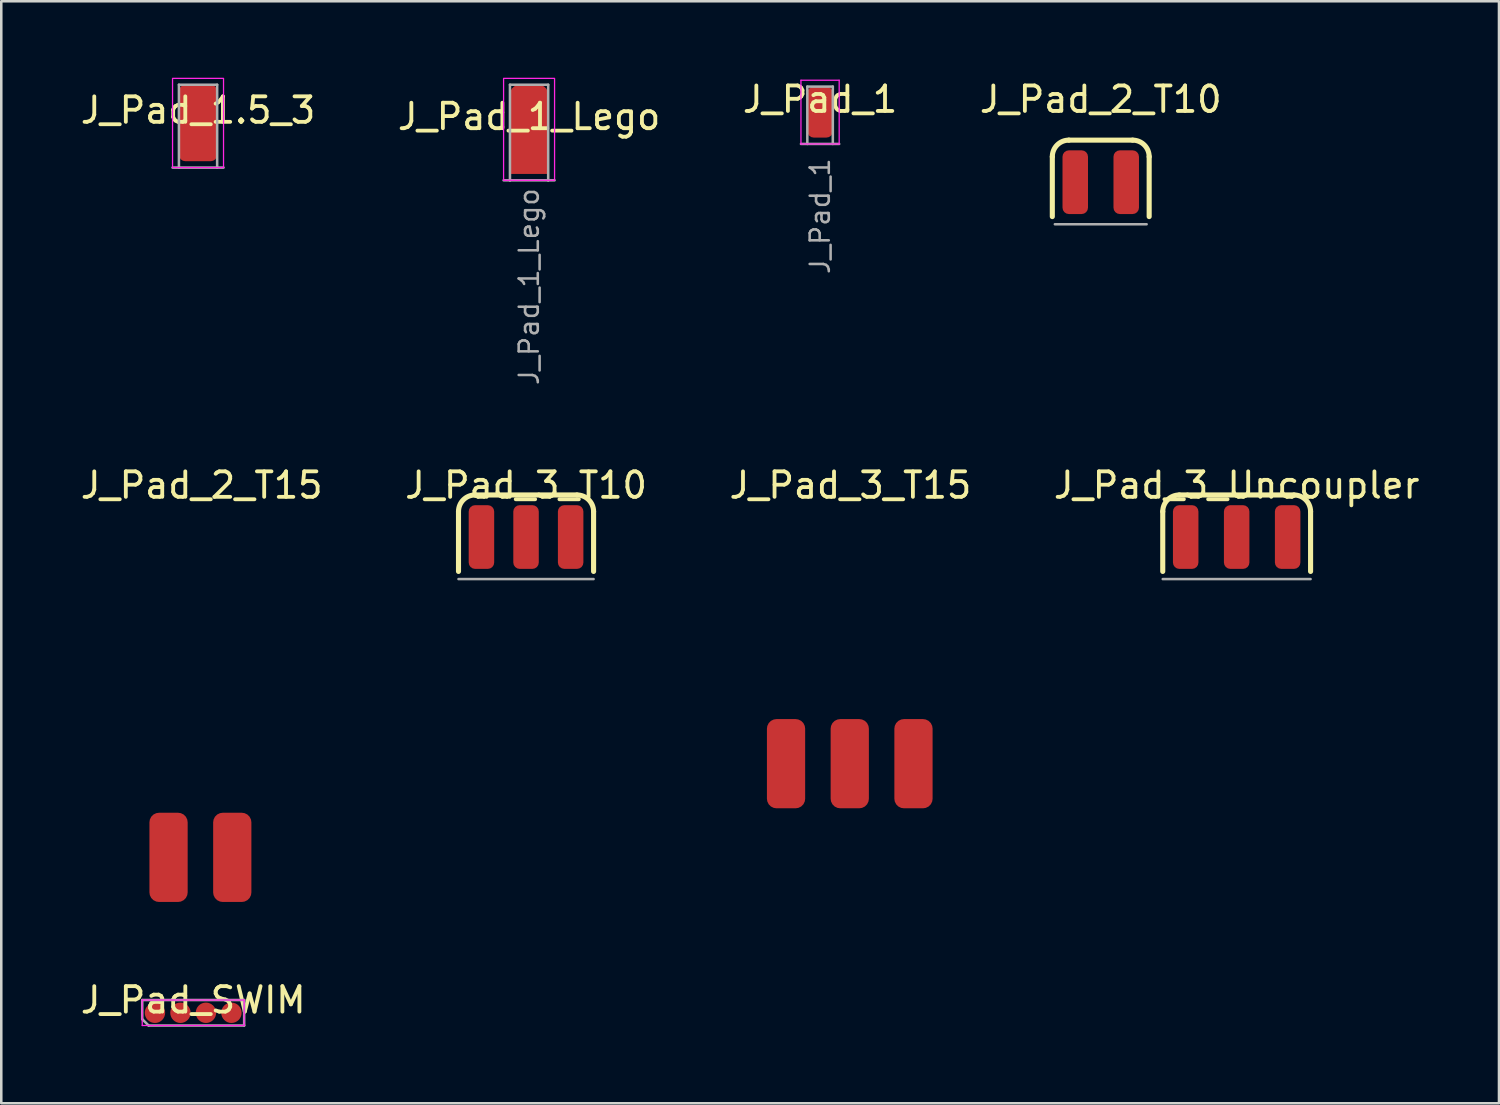
<source format=kicad_pcb>
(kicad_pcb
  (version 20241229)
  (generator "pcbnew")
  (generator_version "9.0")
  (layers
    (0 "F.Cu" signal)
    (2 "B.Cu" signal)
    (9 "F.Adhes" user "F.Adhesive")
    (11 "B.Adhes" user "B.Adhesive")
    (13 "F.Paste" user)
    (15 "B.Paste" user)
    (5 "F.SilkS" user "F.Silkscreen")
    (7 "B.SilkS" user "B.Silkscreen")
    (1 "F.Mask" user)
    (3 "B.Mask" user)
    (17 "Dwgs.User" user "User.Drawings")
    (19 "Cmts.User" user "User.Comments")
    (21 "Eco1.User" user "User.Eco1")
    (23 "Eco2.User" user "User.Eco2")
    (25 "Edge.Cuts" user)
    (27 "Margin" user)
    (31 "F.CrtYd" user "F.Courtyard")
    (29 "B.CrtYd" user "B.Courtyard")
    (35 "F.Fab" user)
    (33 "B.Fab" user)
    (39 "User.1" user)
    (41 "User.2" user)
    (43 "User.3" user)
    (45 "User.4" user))
  (footprint "J_Pad_3_T15"
    (layer "F.Cu")
    (at 30.29 26.913)
    (property "Reference" "J_Pad_3_T15" (at 0.025 -10.925 0) (unlocked yes) (layer "F.SilkS") (effects (font (size 1 1) (thickness 0.15))))
    (attr smd exclude_from_pos_files exclude_from_bom allow_missing_courtyard)
    (pad "1" smd roundrect (at -2.5 0 180) (size 1.5 3.5) (layers "F.Cu" "F.Mask") (roundrect_rratio 0.25))
    (pad "2" smd roundrect (at 0 0 180) (size 1.5 3.5) (layers "F.Cu" "F.Mask") (roundrect_rratio 0.25))
    (pad "3" smd roundrect (at 2.5 0 180) (size 1.5 3.5) (layers "F.Cu" "F.Mask") (roundrect_rratio 0.25)))
  (footprint "J_Pad_1.5_3"
    (layer "F.Cu")
    (at 4.72 1.775)
    (property "Reference" "J_Pad_1.5_3" (at 0 -0.5 0) (unlocked yes) (layer "F.SilkS") (effects (font (size 1 1) (thickness 0.15))))
    (attr smd exclude_from_pos_files exclude_from_bom)
    (fp_rect (start -1 1.75) (end 1 -1.75) (stroke (width 0.05) (type default)) (fill no) (layer "F.CrtYd"))
    (fp_line (start -0.75 -1.5) (end -0.75 1.75) (stroke (width 0.1) (type default)) (layer "F.Fab"))
    (fp_line (start 0.75 -1.5) (end -0.75 -1.5) (stroke (width 0.1) (type default)) (layer "F.Fab"))
    (fp_line (start 0.75 -1.5) (end 0.75 1.75) (stroke (width 0.1) (type default)) (layer "F.Fab"))
    (fp_line (start 1 1.75) (end -1 1.75) (stroke (width 0.1) (type default)) (layer "F.Fab"))
    (pad "1" smd roundrect (at 0 0 180) (size 1.5 3) (layers "F.Cu" "F.Mask") (roundrect_rratio 0.167)))
  (footprint "J_Pad_1_Lego"
    (layer "F.Cu")
    (at 17.708 2.025)
    (property "Reference" "J_Pad_1_Lego" (at 0 -0.5 0) (unlocked yes) (layer "F.SilkS") (effects (font (size 1 1) (thickness 0.15))))
    (property "Value" "J_Pad_1_Lego" (at 0 1 0) (unlocked yes) (layer "F.Fab") (hide yes) (effects (font (size 1 1) (thickness 0.15))))
    (attr smd exclude_from_pos_files exclude_from_bom)
    (fp_rect (start 1 2) (end -1 -2) (stroke (width 0.05) (type default)) (fill no) (layer "F.CrtYd"))
    (fp_line (start -1 2) (end -0.75 2) (stroke (width 0.1) (type default)) (layer "F.Fab"))
    (fp_line (start -0.75 -1.75) (end 0.75 -1.75) (stroke (width 0.1) (type default)) (layer "F.Fab"))
    (fp_line (start -0.75 2) (end -0.75 -1.75) (stroke (width 0.1) (type default)) (layer "F.Fab"))
    (fp_line (start -0.75 2) (end 0.75 2) (stroke (width 0.1) (type default)) (layer "F.Fab"))
    (fp_line (start 0.75 2) (end 0.75 -1.75) (stroke (width 0.1) (type default)) (layer "F.Fab"))
    (fp_line (start 0.75 2) (end 1 2) (stroke (width 0.1) (type default)) (layer "F.Fab"))
    (fp_text user "${VALUE}" (at 0 2.25 270) (layer "F.Fab") (effects (font (size 0.75 0.75) (thickness 0.1)) (justify right)))
    (pad "1" smd roundrect (at 0 0) (size 1.5 3.5) (layers "F.Cu" "F.Mask") (roundrect_rratio 0.25) (chamfer_ratio 0) (chamfer bottom_left bottom_right)))
  (footprint "J_Pad_1"
    (layer "F.Cu")
    (at 29.125 1.348)
    (property "Reference" "J_Pad_1" (at 0 -0.5 0) (unlocked yes) (layer "F.SilkS") (effects (font (size 1 1) (thickness 0.15))))
    (property "Value" "J_Pad_1" (at 0 1 0) (unlocked yes) (layer "F.Fab") (hide yes) (effects (font (size 1 1) (thickness 0.15))))
    (attr smd exclude_from_pos_files exclude_from_bom)
    (fp_line (start -0.75 -1.25) (end 0.75 -1.25) (stroke (width 0.05) (type default)) (layer "F.CrtYd"))
    (fp_line (start -0.75 1.25) (end -0.75 -1.25) (stroke (width 0.05) (type default)) (layer "F.CrtYd"))
    (fp_line (start -0.75 1.25) (end 0.75 1.25) (stroke (width 0.05) (type default)) (layer "F.CrtYd"))
    (fp_line (start 0.75 -1.25) (end 0.75 1.25) (stroke (width 0.05) (type default)) (layer "F.CrtYd"))
    (fp_line (start -0.75 1.25) (end 0.75 1.25) (stroke (width 0.1) (type default)) (layer "F.Fab"))
    (fp_line (start -0.5 -1) (end -0.5 1.25) (stroke (width 0.1) (type default)) (layer "F.Fab"))
    (fp_line (start 0.5 -1) (end -0.5 -1) (stroke (width 0.1) (type default)) (layer "F.Fab"))
    (fp_line (start 0.5 1.25) (end 0.5 -1) (stroke (width 0.1) (type default)) (layer "F.Fab"))
    (fp_text user "${VALUE}" (at 0 1.75 90) (layer "F.Fab") (effects (font (size 0.75 0.75) (thickness 0.1)) (justify right)))
    (pad "1" smd roundrect (at 0 0 90) (size 2 1) (layers "F.Cu" "F.Mask") (roundrect_rratio 0.25)))
  (footprint "J_Pad_2_T10"
    (layer "F.Cu")
    (at 40.137 4.098)
    (property "Reference" "J_Pad_2_T10" (at 0 -3.25 0) (layer "F.SilkS") (effects (font (size 1 1) (thickness 0.15))))
    (attr smd exclude_from_pos_files exclude_from_bom allow_missing_courtyard)
    (fp_line (start -1.9 -1) (end -1.9 1.35) (stroke (width 0.2) (type default)) (layer "F.SilkS"))
    (fp_line (start -1.25 -1.65) (end 1.25 -1.65) (stroke (width 0.2) (type default)) (layer "F.SilkS"))
    (fp_line (start 1.9 -1) (end 1.9 1.35) (stroke (width 0.2) (type default)) (layer "F.SilkS"))
    (fp_arc (start -1.9 -1) (mid -1.709619 -1.459619) (end -1.25 -1.65) (stroke (width 0.2) (type default)) (layer "F.SilkS"))
    (fp_arc (start 1.25 -1.65) (mid 1.709619 -1.459619) (end 1.9 -1) (stroke (width 0.2) (type default)) (layer "F.SilkS"))
    (fp_line (start -1.8 1.65) (end 1.8 1.65) (stroke (width 0.1) (type default)) (layer "F.Fab"))
    (pad "1" smd roundrect (at -1 0) (size 1 2.5) (layers "F.Cu" "F.Mask") (roundrect_rratio 0.25))
    (pad "2" smd roundrect (at 1 0) (size 1 2.5) (layers "F.Cu" "F.Mask") (roundrect_rratio 0.25)))
  (footprint "J_Pad_2_T15"
    (layer "F.Cu")
    (at 4.813 30.588)
    (property "Reference" "J_Pad_2_T15" (at 0.05 -14.6 0) (unlocked yes) (layer "F.SilkS") (effects (font (size 1 1) (thickness 0.15))))
    (attr smd exclude_from_pos_files exclude_from_bom allow_missing_courtyard)
    (pad "1" smd roundrect (at -1.25 0 180) (size 1.5 3.5) (layers "F.Cu" "F.Mask") (roundrect_rratio 0.25))
    (pad "2" smd roundrect (at 1.25 0 180) (size 1.5 3.5) (layers "F.Cu" "F.Mask") (roundrect_rratio 0.25)))
  (footprint "J_Pad_3_T10"
    (layer "F.Cu")
    (at 17.589 18.02)
    (property "Reference" "J_Pad_3_T10" (at 0 -2.032 0) (layer "F.SilkS") (effects (font (size 1 1) (thickness 0.15))))
    (attr smd exclude_from_pos_files exclude_from_bom allow_missing_courtyard)
    (fp_line (start -2.65 -1) (end -2.65 1.35) (stroke (width 0.2) (type solid)) (layer "F.SilkS"))
    (fp_line (start 2 -1.65) (end -2 -1.65) (stroke (width 0.2) (type solid)) (layer "F.SilkS"))
    (fp_line (start 2.65 -1) (end 2.65 1.35) (stroke (width 0.2) (type solid)) (layer "F.SilkS"))
    (fp_arc (start -2.650001 -1.000001) (mid -2.45962 -1.45962) (end -2.000001 -1.650001) (stroke (width 0.2) (type solid)) (layer "F.SilkS"))
    (fp_arc (start 2 -1.65) (mid 2.459619 -1.459619) (end 2.65 -1) (stroke (width 0.2) (type solid)) (layer "F.SilkS"))
    (fp_line (start -2.65 1.65) (end 2.65 1.65) (stroke (width 0.1) (type default)) (layer "F.Fab"))
    (pad "1" smd roundrect (at -1.75 0) (size 1 2.5) (layers "F.Cu" "F.Mask") (roundrect_rratio 0.25))
    (pad "2" smd roundrect (at 0 0) (size 1 2.5) (layers "F.Cu" "F.Mask") (roundrect_rratio 0.25))
    (pad "3" smd roundrect (at 1.75 0) (size 1 2.5) (layers "F.Cu" "F.Mask") (roundrect_rratio 0.25)))
  (footprint "J_Pad_SWIM"
    (layer "F.Cu")
    (at 4.53 36.686)
    (property "Reference" "J_Pad_SWIM" (at 0 -0.5 0) (unlocked yes) (layer "F.SilkS") (effects (font (size 1 1) (thickness 0.15))))
    (attr smd)
    (fp_line (start -2 -0.5) (end -2 0.5) (stroke (width 0.05) (type default)) (layer "F.CrtYd"))
    (fp_line (start -2 0.5) (end 2 0.5) (stroke (width 0.05) (type default)) (layer "F.CrtYd"))
    (fp_line (start 2 -0.5) (end -2 -0.5) (stroke (width 0.05) (type default)) (layer "F.CrtYd"))
    (fp_line (start 2 0.5) (end 2 -0.5) (stroke (width 0.05) (type default)) (layer "F.CrtYd"))
    (fp_line (start -2 -0.5) (end 2 -0.5) (stroke (width 0.1) (type default)) (layer "F.Fab"))
    (fp_line (start -2 0.25) (end -2 -0.5) (stroke (width 0.1) (type default)) (layer "F.Fab"))
    (fp_line (start -1.75 0.5) (end -2 0.25) (stroke (width 0.1) (type default)) (layer "F.Fab"))
    (fp_line (start 2 -0.5) (end 2 0.5) (stroke (width 0.1) (type default)) (layer "F.Fab"))
    (fp_line (start 2 0.5) (end -1.75 0.5) (stroke (width 0.1) (type default)) (layer "F.Fab"))
    (pad "1" smd circle (at -1.5 0 90) (size 0.8 0.8) (layers "F.Cu" "F.Mask"))
    (pad "2" smd circle (at -0.5 0 90) (size 0.8 0.8) (layers "F.Cu" "F.Mask"))
    (pad "3" smd circle (at 0.5 0 90) (size 0.8 0.8) (layers "F.Cu" "F.Mask"))
    (pad "4" smd circle (at 1.5 0 90) (size 0.8 0.8) (layers "F.Cu" "F.Mask")))
  (footprint "J_Pad_3_Uncoupler"
    (layer "F.Cu")
    (at 45.47 18.02)
    (property "Reference" "J_Pad_3_Uncoupler" (at 0 -2.032 0) (layer "F.SilkS") (effects (font (size 1 1) (thickness 0.15))))
    (attr through_hole exclude_from_pos_files exclude_from_bom)
    (fp_line (start -2.9 -1) (end -2.9 1.35) (stroke (width 0.2) (type solid)) (layer "F.SilkS"))
    (fp_line (start 2.25 -1.65) (end -2.25 -1.65) (stroke (width 0.2) (type solid)) (layer "F.SilkS"))
    (fp_line (start 2.9 -1) (end 2.9 1.35) (stroke (width 0.2) (type solid)) (layer "F.SilkS"))
    (fp_arc (start -2.900001 -1.000001) (mid -2.70962 -1.45962) (end -2.250001 -1.650001) (stroke (width 0.2) (type solid)) (layer "F.SilkS"))
    (fp_arc (start 2.25 -1.65) (mid 2.709619 -1.459619) (end 2.9 -1) (stroke (width 0.2) (type solid)) (layer "F.SilkS"))
    (fp_line (start -2.9 1.65) (end 2.9 1.65) (stroke (width 0.1) (type default)) (layer "F.Fab"))
    (pad "1" smd roundrect (at -2 0) (size 1 2.5) (layers "F.Cu" "F.Mask") (roundrect_rratio 0.25))
    (pad "2" smd roundrect (at 0 0) (size 1 2.5) (layers "F.Cu" "F.Mask") (roundrect_rratio 0.25))
    (pad "3" smd roundrect (at 2 0) (size 1 2.5) (layers "F.Cu" "F.Mask") (roundrect_rratio 0.25)))
  (gr_rect
    (start -3 -3)
    (end 55.762 40.236)
    (stroke (width 0.1) (type default))
    (fill no)
    (layer "Edge.Cuts")))
</source>
